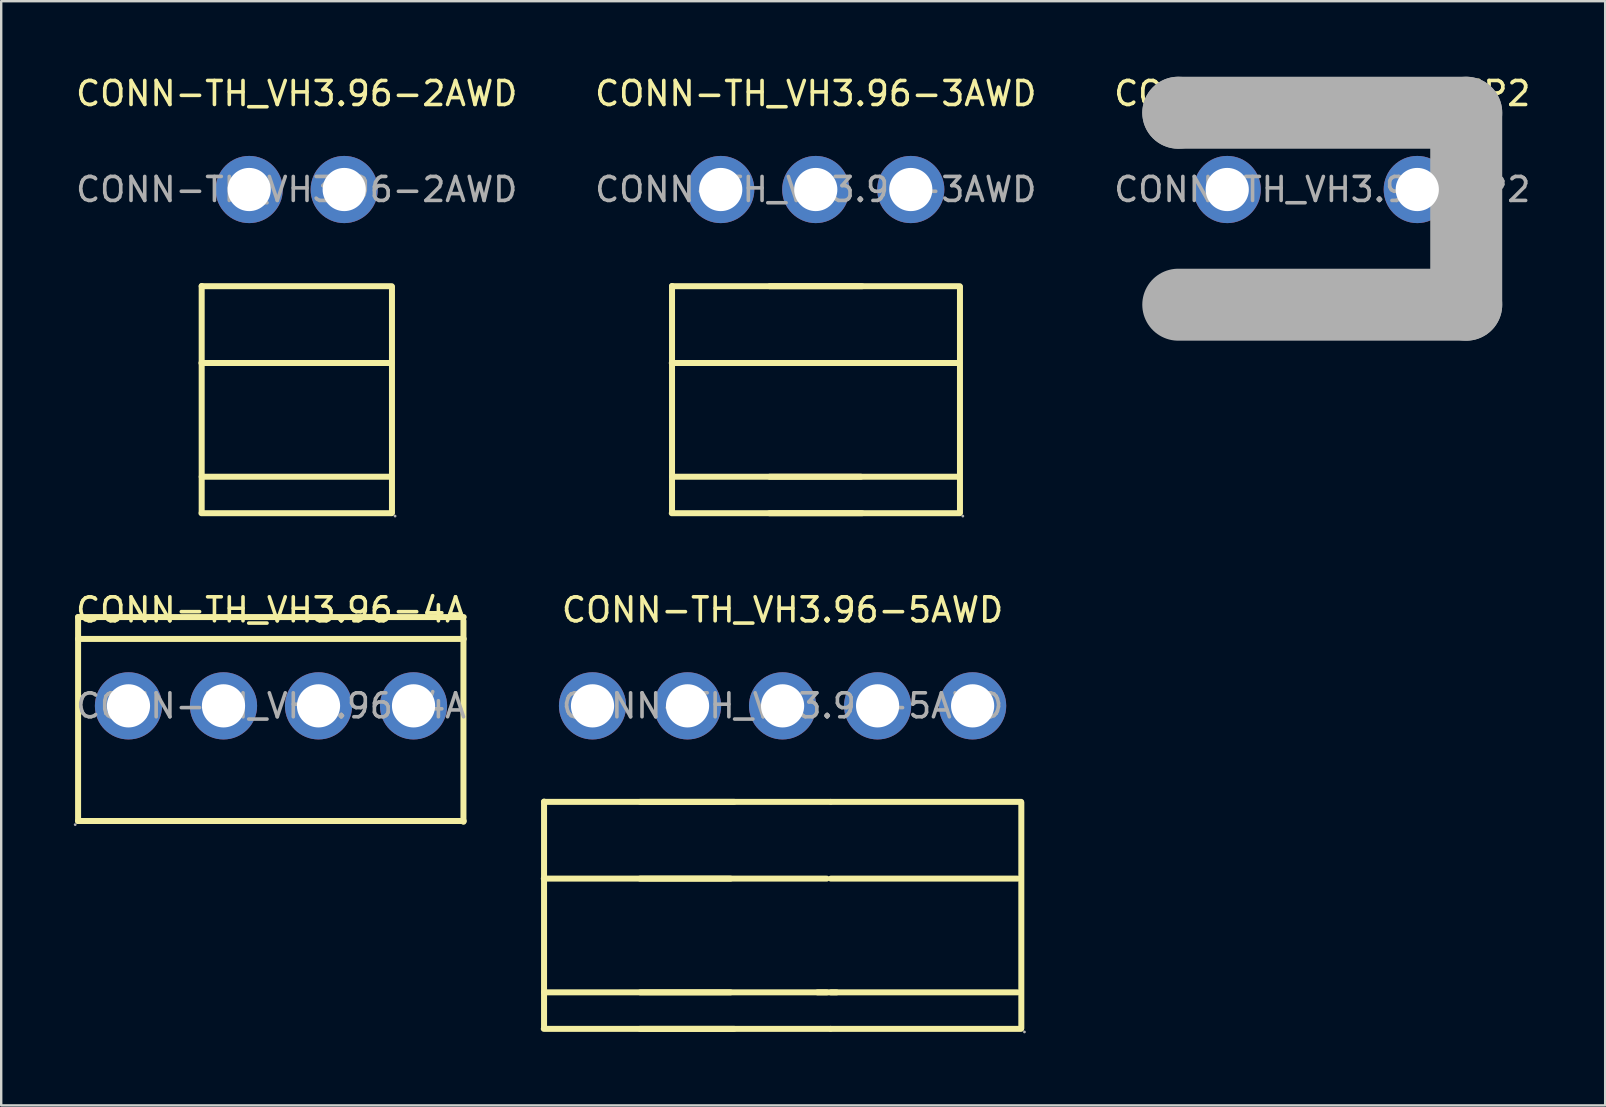
<source format=kicad_pcb>
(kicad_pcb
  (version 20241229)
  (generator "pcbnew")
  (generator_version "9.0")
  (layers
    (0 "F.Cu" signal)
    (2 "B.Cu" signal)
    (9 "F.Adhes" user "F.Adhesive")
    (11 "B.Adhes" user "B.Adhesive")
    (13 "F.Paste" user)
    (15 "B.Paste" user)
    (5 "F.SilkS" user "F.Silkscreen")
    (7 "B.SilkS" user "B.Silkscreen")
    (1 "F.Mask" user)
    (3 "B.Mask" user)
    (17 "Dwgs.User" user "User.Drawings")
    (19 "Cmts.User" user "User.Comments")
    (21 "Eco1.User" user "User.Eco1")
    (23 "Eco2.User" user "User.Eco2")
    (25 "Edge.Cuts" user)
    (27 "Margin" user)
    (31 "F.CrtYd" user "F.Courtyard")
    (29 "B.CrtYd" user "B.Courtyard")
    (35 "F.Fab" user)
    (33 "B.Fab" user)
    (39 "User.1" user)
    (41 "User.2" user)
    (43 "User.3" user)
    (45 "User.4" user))
  (footprint "CONN-TH_VH3.96-4A"
    (layer "F.Cu")
    (at 8.244 26.366)
    (property "Reference" "CONN-TH_VH3.96-4A" (at 0 -4 0) (layer "F.SilkS") (effects (font (size 1 1) (thickness 0.15))))
    (attr through_hole)
    (fp_line (start -8.04 -3.7) (end -8.04 4.8) (stroke (width 0.25) (type solid)) (layer "F.SilkS"))
    (fp_line (start -8.04 -3.7) (end 8.03 -3.7) (stroke (width 0.25) (type solid)) (layer "F.SilkS"))
    (fp_line (start -8.04 -2.79) (end 8.03 -2.79) (stroke (width 0.25) (type solid)) (layer "F.SilkS"))
    (fp_line (start -8.04 4.8) (end 8.03 4.8) (stroke (width 0.25) (type solid)) (layer "F.SilkS"))
    (fp_line (start 8.02 4.83) (end 8.02 -3.55) (stroke (width 0.25) (type solid)) (layer "F.SilkS"))
    (fp_circle (center -8.16 4.95) (end -8.13 4.95) (stroke (width 0.06) (type solid)) (fill no) (layer "F.Fab"))
    (fp_circle (center -5.94 0) (end -5.54 0) (stroke (width 0.8) (type solid)) (fill no) (layer "F.Fab"))
    (fp_circle (center -1.98 0) (end -1.58 0) (stroke (width 0.8) (type solid)) (fill no) (layer "F.Fab"))
    (fp_circle (center 1.98 0) (end 2.38 0) (stroke (width 0.8) (type solid)) (fill no) (layer "F.Fab"))
    (fp_circle (center 5.94 0) (end 6.34 0) (stroke (width 0.8) (type solid)) (fill no) (layer "F.Fab"))
    (fp_text user "${REFERENCE}" (at 0 0 0) (layer "F.Fab") (effects (font (size 1 1) (thickness 0.15))))
    (pad "1" thru_hole circle (at -5.94 0) (size 2.8 2.8) (drill 1.8) (layers "*.Cu" "*.Paste" "*.Mask"))
    (pad "2" thru_hole circle (at -1.98 0) (size 2.8 2.8) (drill 1.8) (layers "*.Cu" "*.Paste" "*.Mask"))
    (pad "3" thru_hole circle (at 1.98 0) (size 2.8 2.8) (drill 1.8) (layers "*.Cu" "*.Paste" "*.Mask"))
    (pad "4" thru_hole circle (at 5.94 0) (size 2.8 2.8) (drill 1.8) (layers "*.Cu" "*.Paste" "*.Mask")))
  (footprint "CONN-TH_VH3.96-3P2"
    (layer "F.Cu")
    (at 52.054 4.848)
    (property "Reference" "CONN-TH_VH3.96-3P2" (at 0 -4 0) (layer "F.SilkS") (effects (font (size 1 1) (thickness 0.15))))
    (attr through_hole)
    (fp_line (start -5.84 -2.03) (end 5.84 -2.03) (stroke (width 0.25) (type solid)) (layer "F.SilkS"))
    (fp_line (start -6 -3.2) (end -6 -3.2) (stroke (width 3) (type solid)) (layer "F.Fab"))
    (fp_line (start -6 -3.2) (end 6 -3.2) (stroke (width 3) (type solid)) (layer "F.Fab"))
    (fp_line (start 6 -3.2) (end 6 4.8) (stroke (width 3) (type solid)) (layer "F.Fab"))
    (fp_line (start 6 4.8) (end -6 4.8) (stroke (width 3) (type solid)) (layer "F.Fab"))
    (fp_circle (center -6.13 4.93) (end -6.1 4.93) (stroke (width 0.06) (type solid)) (fill no) (layer "F.Fab"))
    (fp_circle (center -3.96 0) (end -3.56 0) (stroke (width 0.8) (type solid)) (fill no) (layer "F.Fab"))
    (fp_circle (center 3.96 0) (end 4.36 0) (stroke (width 0.8) (type solid)) (fill no) (layer "F.Fab"))
    (fp_text user "${REFERENCE}" (at 0 0 0) (layer "F.Fab") (effects (font (size 1 1) (thickness 0.15))))
    (pad "1" thru_hole circle (at -3.96 0) (size 2.8 2.8) (drill 1.8) (layers "*.Cu" "*.Paste" "*.Mask"))
    (pad "2" thru_hole circle (at 3.96 0) (size 2.8 2.8) (drill 1.8) (layers "*.Cu" "*.Paste" "*.Mask")))
  (footprint "CONN-TH_VH3.96-5AWD"
    (layer "F.Cu")
    (at 29.563 26.366)
    (property "Reference" "CONN-TH_VH3.96-5AWD" (at 0 -4 0) (layer "F.SilkS") (effects (font (size 1 1) (thickness 0.15))))
    (attr through_hole)
    (fp_line (start -9.95 13.46) (end -2.02 13.46) (stroke (width 0.25) (type solid)) (layer "F.SilkS"))
    (fp_line (start -9.94 13.39) (end -9.94 3.99) (stroke (width 0.25) (type solid)) (layer "F.SilkS"))
    (fp_line (start -5.94 13.46) (end 1.99 13.46) (stroke (width 0.25) (type solid)) (layer "F.SilkS"))
    (fp_line (start -2.17 7.2) (end -9.95 7.2) (stroke (width 0.25) (type solid)) (layer "F.SilkS"))
    (fp_line (start -2.17 11.94) (end -9.94 11.94) (stroke (width 0.25) (type solid)) (layer "F.SilkS"))
    (fp_line (start -2.02 4) (end -9.94 4) (stroke (width 0.25) (type solid)) (layer "F.SilkS"))
    (fp_line (start 1.46 11.94) (end 2.25 11.94) (stroke (width 0.25) (type solid)) (layer "F.SilkS"))
    (fp_line (start 1.84 7.2) (end -5.94 7.2) (stroke (width 0.25) (type solid)) (layer "F.SilkS"))
    (fp_line (start 1.84 11.94) (end -5.93 11.94) (stroke (width 0.25) (type solid)) (layer "F.SilkS"))
    (fp_line (start 1.99 4) (end -5.93 4) (stroke (width 0.25) (type solid)) (layer "F.SilkS"))
    (fp_line (start 2.01 13.46) (end 9.94 13.46) (stroke (width 0.25) (type solid)) (layer "F.SilkS"))
    (fp_line (start 9.79 7.2) (end 2.01 7.2) (stroke (width 0.25) (type solid)) (layer "F.SilkS"))
    (fp_line (start 9.79 11.94) (end 2.02 11.94) (stroke (width 0.25) (type solid)) (layer "F.SilkS"))
    (fp_line (start 9.94 4) (end 2.02 4) (stroke (width 0.25) (type solid)) (layer "F.SilkS"))
    (fp_line (start 9.95 13.43) (end 9.95 4.03) (stroke (width 0.25) (type solid)) (layer "F.SilkS"))
    (fp_circle (center -7.92 0) (end -7.52 0) (stroke (width 0.8) (type solid)) (fill no) (layer "F.Fab"))
    (fp_circle (center -3.96 0) (end -3.56 0) (stroke (width 0.8) (type solid)) (fill no) (layer "F.Fab"))
    (fp_circle (center 0 0) (end 0.4 0) (stroke (width 0.8) (type solid)) (fill no) (layer "F.Fab"))
    (fp_circle (center 3.96 0) (end 4.36 0) (stroke (width 0.8) (type solid)) (fill no) (layer "F.Fab"))
    (fp_circle (center 7.92 0) (end 8.32 0) (stroke (width 0.8) (type solid)) (fill no) (layer "F.Fab"))
    (fp_circle (center 10.08 13.59) (end 10.11 13.59) (stroke (width 0.06) (type solid)) (fill no) (layer "F.Fab"))
    (fp_text user "${REFERENCE}" (at 0 0 0) (layer "F.Fab") (effects (font (size 1 1) (thickness 0.15))))
    (pad "1" thru_hole circle (at 7.92 0 180) (size 2.8 2.8) (drill 1.8) (layers "*.Cu" "*.Paste" "*.Mask"))
    (pad "2" thru_hole circle (at 3.96 0 180) (size 2.8 2.8) (drill 1.8) (layers "*.Cu" "*.Paste" "*.Mask"))
    (pad "3" thru_hole circle (at 0 0 180) (size 2.8 2.8) (drill 1.8) (layers "*.Cu" "*.Paste" "*.Mask"))
    (pad "4" thru_hole circle (at -3.96 0 180) (size 2.8 2.8) (drill 1.8) (layers "*.Cu" "*.Paste" "*.Mask"))
    (pad "5" thru_hole circle (at -7.92 0 180) (size 2.8 2.8) (drill 1.8) (layers "*.Cu" "*.Paste" "*.Mask")))
  (footprint "CONN-TH_VH3.96-2AWD"
    (layer "F.Cu")
    (at 9.315 4.848)
    (property "Reference" "CONN-TH_VH3.96-2AWD" (at 0 -4 0) (layer "F.SilkS") (effects (font (size 1 1) (thickness 0.15))))
    (attr through_hole)
    (fp_line (start -3.97 13.49) (end 3.96 13.49) (stroke (width 0.25) (type solid)) (layer "F.SilkS"))
    (fp_line (start -3.96 13.42) (end -3.96 4.02) (stroke (width 0.25) (type solid)) (layer "F.SilkS"))
    (fp_line (start 3.91 11.97) (end -3.96 11.97) (stroke (width 0.25) (type solid)) (layer "F.SilkS"))
    (fp_line (start 3.94 7.23) (end -3.97 7.23) (stroke (width 0.25) (type solid)) (layer "F.SilkS"))
    (fp_line (start 3.96 4.03) (end -3.96 4.03) (stroke (width 0.25) (type solid)) (layer "F.SilkS"))
    (fp_line (start 3.97 13.46) (end 3.97 4.06) (stroke (width 0.25) (type solid)) (layer "F.SilkS"))
    (fp_circle (center -1.98 0) (end -1.58 0) (stroke (width 0.8) (type solid)) (fill no) (layer "F.Fab"))
    (fp_circle (center 1.98 0) (end 2.38 0) (stroke (width 0.8) (type solid)) (fill no) (layer "F.Fab"))
    (fp_circle (center 4.1 13.61) (end 4.13 13.61) (stroke (width 0.06) (type solid)) (fill no) (layer "F.Fab"))
    (fp_text user "${REFERENCE}" (at 0 0 0) (layer "F.Fab") (effects (font (size 1 1) (thickness 0.15))))
    (pad "1" thru_hole circle (at 1.98 0 180) (size 2.8 2.8) (drill 1.8) (layers "*.Cu" "*.Paste" "*.Mask"))
    (pad "2" thru_hole circle (at -1.98 0 180) (size 2.8 2.8) (drill 1.8) (layers "*.Cu" "*.Paste" "*.Mask")))
  (footprint "CONN-TH_VH3.96-3AWD"
    (layer "F.Cu")
    (at 30.946 4.848)
    (property "Reference" "CONN-TH_VH3.96-3AWD" (at 0 -4 0) (layer "F.SilkS") (effects (font (size 1 1) (thickness 0.15))))
    (attr through_hole)
    (fp_line (start -6 13.49) (end 1.93 13.49) (stroke (width 0.25) (type solid)) (layer "F.SilkS"))
    (fp_line (start -5.99 13.42) (end -5.99 4.02) (stroke (width 0.25) (type solid)) (layer "F.SilkS"))
    (fp_line (start -1.93 13.49) (end 6 13.49) (stroke (width 0.25) (type solid)) (layer "F.SilkS"))
    (fp_line (start 1.88 11.97) (end -5.99 11.97) (stroke (width 0.25) (type solid)) (layer "F.SilkS"))
    (fp_line (start 1.91 7.23) (end -6 7.23) (stroke (width 0.25) (type solid)) (layer "F.SilkS"))
    (fp_line (start 1.93 4.03) (end -5.99 4.03) (stroke (width 0.25) (type solid)) (layer "F.SilkS"))
    (fp_line (start 5.95 11.97) (end -1.92 11.97) (stroke (width 0.25) (type solid)) (layer "F.SilkS"))
    (fp_line (start 5.98 7.23) (end -1.93 7.23) (stroke (width 0.25) (type solid)) (layer "F.SilkS"))
    (fp_line (start 6 4.03) (end -1.92 4.03) (stroke (width 0.25) (type solid)) (layer "F.SilkS"))
    (fp_line (start 6.01 13.46) (end 6.01 4.06) (stroke (width 0.25) (type solid)) (layer "F.SilkS"))
    (fp_circle (center -3.96 0) (end -3.56 0) (stroke (width 0.8) (type solid)) (fill no) (layer "F.Fab"))
    (fp_circle (center 0 0) (end 0.4 0) (stroke (width 0.8) (type solid)) (fill no) (layer "F.Fab"))
    (fp_circle (center 3.96 0) (end 4.36 0) (stroke (width 0.8) (type solid)) (fill no) (layer "F.Fab"))
    (fp_circle (center 6.13 13.61) (end 6.16 13.61) (stroke (width 0.06) (type solid)) (fill no) (layer "F.Fab"))
    (fp_text user "${REFERENCE}" (at 0 0 0) (layer "F.Fab") (effects (font (size 1 1) (thickness 0.15))))
    (pad "1" thru_hole circle (at 3.96 0 180) (size 2.8 2.8) (drill 1.8) (layers "*.Cu" "*.Paste" "*.Mask"))
    (pad "2" thru_hole circle (at 0 0 180) (size 2.8 2.8) (drill 1.8) (layers "*.Cu" "*.Paste" "*.Mask"))
    (pad "3" thru_hole circle (at -3.96 0 180) (size 2.8 2.8) (drill 1.8) (layers "*.Cu" "*.Paste" "*.Mask")))
  (gr_rect
    (start -3 -3)
    (end 63.845 43.017)
    (stroke (width 0.1) (type default))
    (fill no)
    (layer "Edge.Cuts")))
</source>
